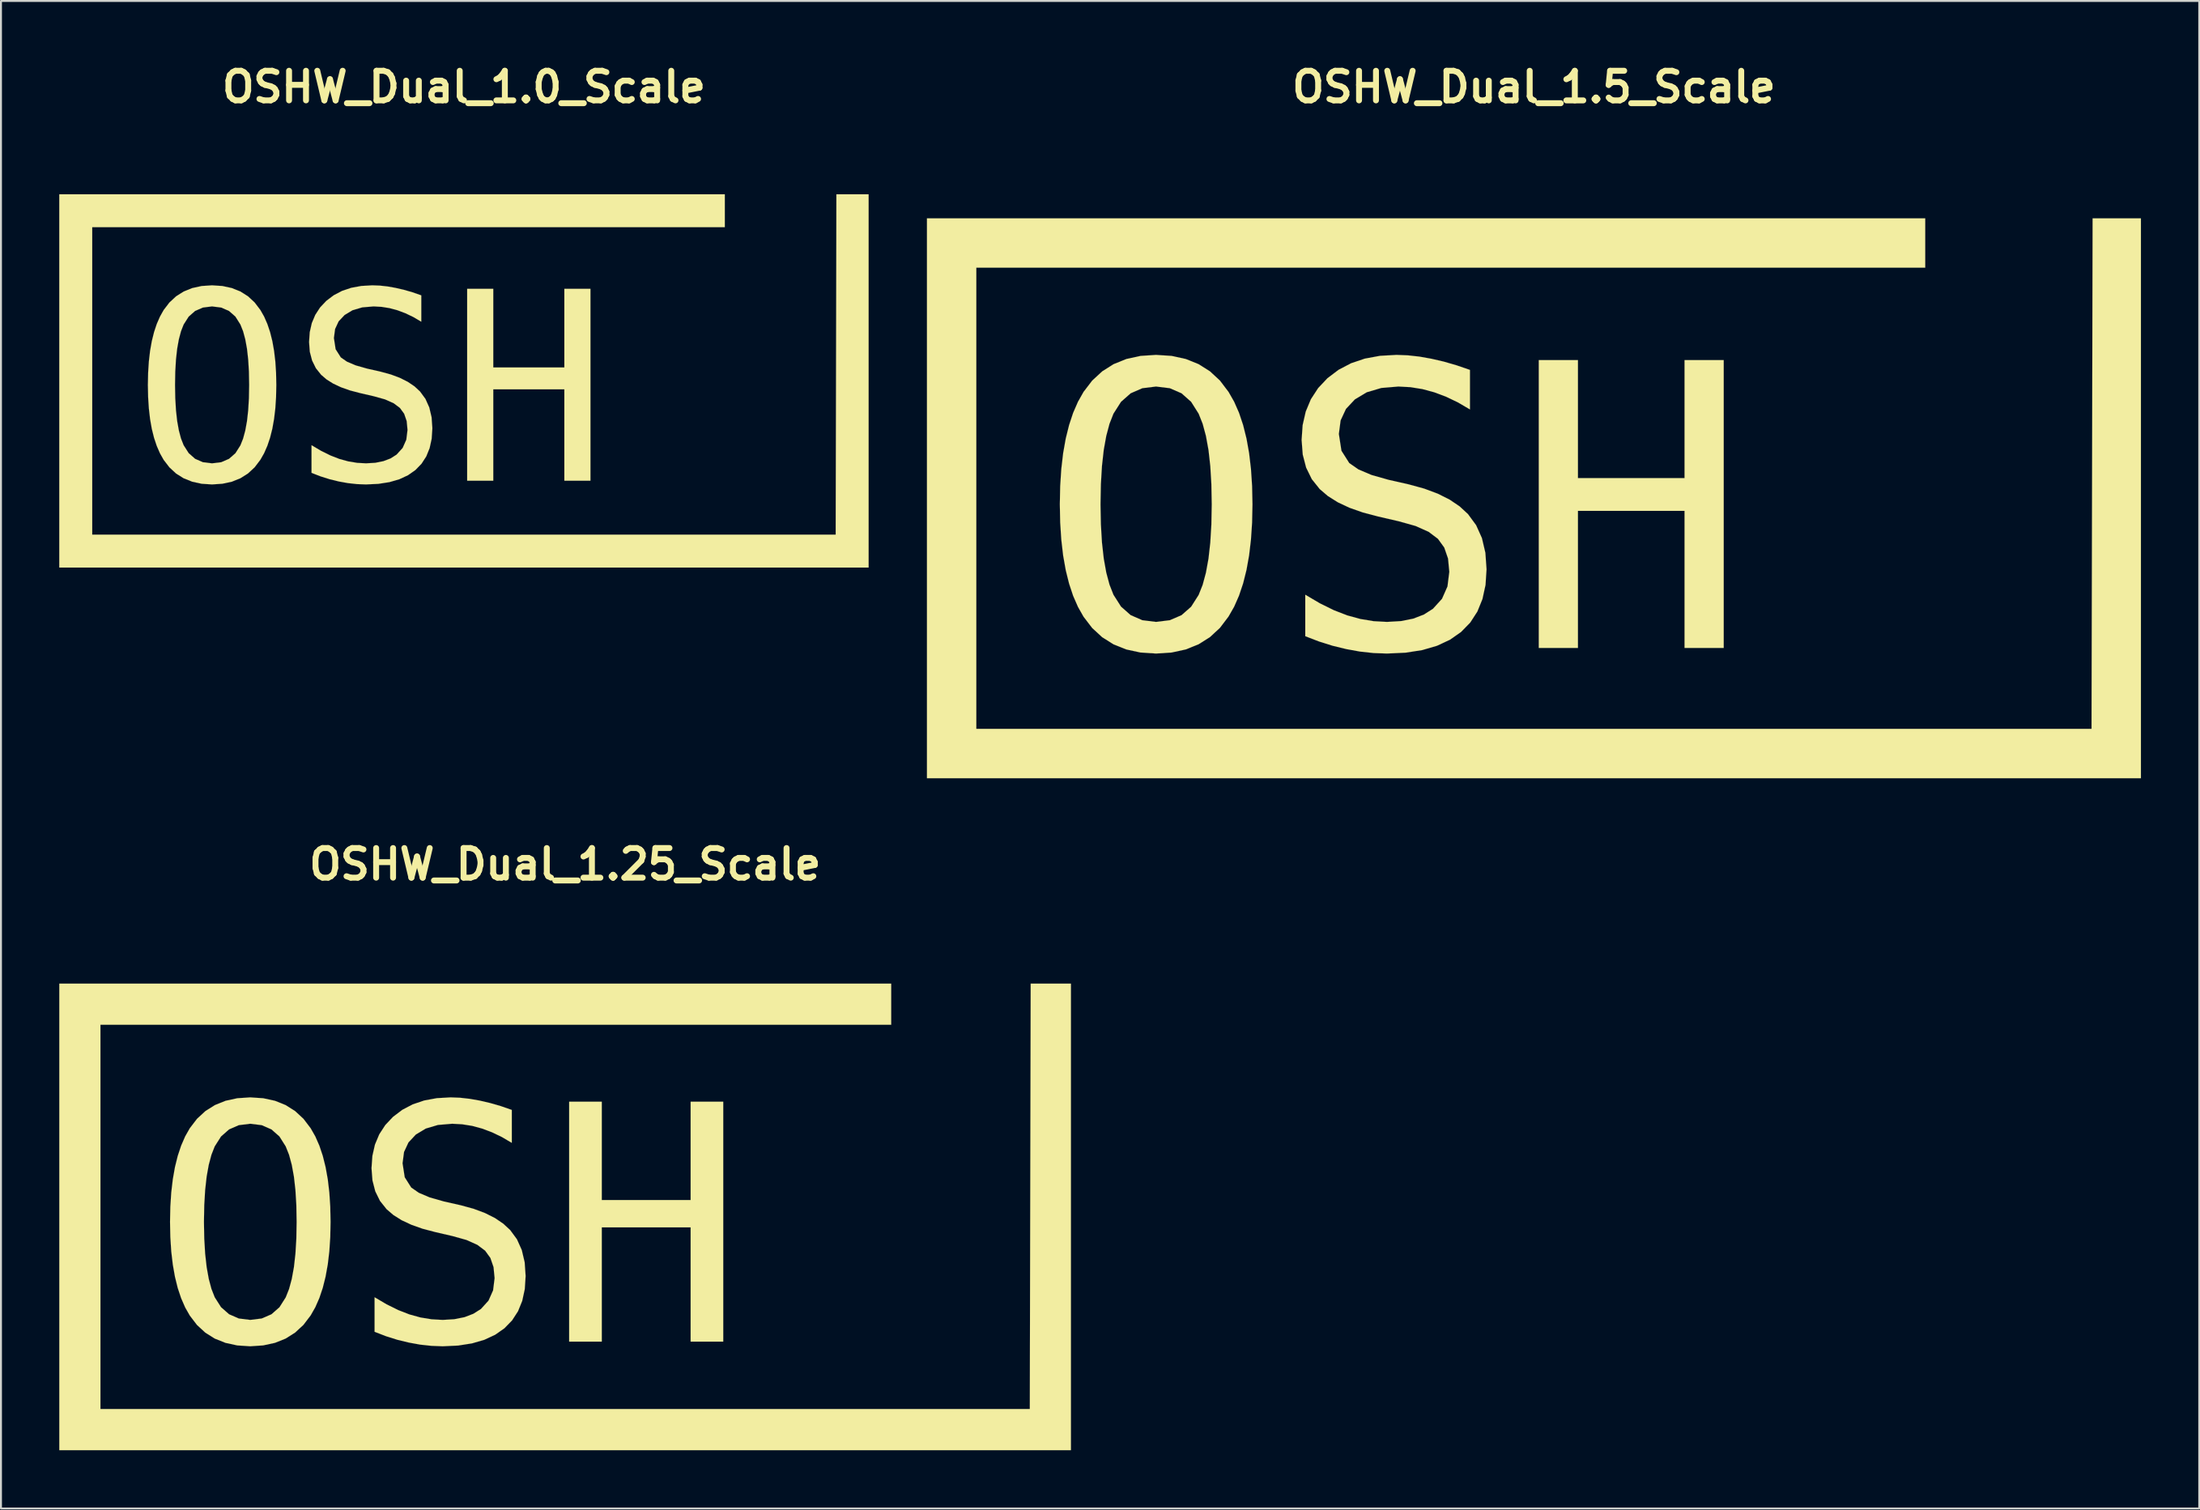
<source format=kicad_pcb>
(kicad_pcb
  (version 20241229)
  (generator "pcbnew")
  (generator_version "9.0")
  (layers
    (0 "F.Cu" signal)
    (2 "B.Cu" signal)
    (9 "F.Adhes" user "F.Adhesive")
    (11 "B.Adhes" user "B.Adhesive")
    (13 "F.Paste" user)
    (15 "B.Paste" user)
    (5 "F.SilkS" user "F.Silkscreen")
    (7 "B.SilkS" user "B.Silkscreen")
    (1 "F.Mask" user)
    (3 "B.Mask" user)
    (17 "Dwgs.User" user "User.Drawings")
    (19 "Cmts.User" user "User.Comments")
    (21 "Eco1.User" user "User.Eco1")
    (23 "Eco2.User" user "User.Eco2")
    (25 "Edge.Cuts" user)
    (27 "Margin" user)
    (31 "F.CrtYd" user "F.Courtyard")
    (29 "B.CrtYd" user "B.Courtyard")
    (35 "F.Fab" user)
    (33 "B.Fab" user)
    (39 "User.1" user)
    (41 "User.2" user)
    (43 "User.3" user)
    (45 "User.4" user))
  (footprint "OSHW_Dual_1.5_Scale"
    (layer "F.Cu")
    (at 75.883 20.737)
    (property "Reference" "OSHW_Dual_1.5_Scale" (at 0 -19.31 0) (layer "F.SilkS") (effects (font (size 1.524 1.524) (thickness 0.305))))
    (attr through_hole)
    (fp_poly (pts (xy 11.114 -5.256) (xy 13.069 -5.256) (xy 14.488 6.77) (xy 16.174 -1.188) (xy 18.268 -1.188) (xy 19.974 6.79) (xy 24.78 -16.262) (xy 26.735 -16.262) (xy 21.135 9.558) (xy 19.24 9.558) (xy 17.226 0.757) (xy 15.222 9.558) (xy 13.327 9.558) (xy 11.114 -5.256)) (stroke (width 0.003) (type solid)) (fill yes) (layer "F.Mask"))
    (fp_poly (pts (xy 0.25 -5.256) (xy 2.264 -5.256) (xy 2.264 0.817) (xy 7.751 0.817) (xy 7.751 -5.256) (xy 9.765 -5.256) (xy 9.765 9.558) (xy 7.751 9.558) (xy 7.751 2.503) (xy 2.264 2.503) (xy 2.264 9.558) (xy 0.25 9.558) (xy 0.25 -5.256)) (stroke (width 0.003) (type solid)) (fill yes) (layer "F.SilkS"))
    (fp_poly (pts (xy -31.234 -12.551) (xy -31.234 -11.281) (xy -31.234 14.992) (xy -31.234 16.262) (xy -29.964 16.262) (xy 29.964 16.262) (xy 31.234 16.262) (xy 31.234 14.992) (xy 31.234 -12.551) (xy 28.749 -12.551) (xy 28.694 13.722) (xy -28.694 13.722) (xy -28.694 -10.011) (xy 20.135 -10.011) (xy 20.135 -12.551) (xy -29.964 -12.551) (xy -31.234 -12.551)) (stroke (width 0.003) (type solid)) (fill yes) (layer "F.SilkS"))
    (fp_poly (pts (xy -3.292 -4.75) (xy -3.292 -2.716) (xy -3.902 -3.074) (xy -4.514 -3.368) (xy -5.128 -3.599) (xy -5.739 -3.764) (xy -6.354 -3.863) (xy -6.973 -3.896) (xy -7.853 -3.822) (xy -8.601 -3.601) (xy -9.216 -3.232) (xy -9.673 -2.743) (xy -9.948 -2.151) (xy -10.039 -1.456) (xy -9.905 -0.59) (xy -9.503 0.043) (xy -9.036 0.368) (xy -8.361 0.656) (xy -7.479 0.906) (xy -6.428 1.144) (xy -5.64 1.361) (xy -4.942 1.622) (xy -4.335 1.927) (xy -3.818 2.277) (xy -3.392 2.672) (xy -2.975 3.24) (xy -2.677 3.902) (xy -2.499 4.659) (xy -2.439 5.51) (xy -2.491 6.315) (xy -2.649 7.04) (xy -2.911 7.685) (xy -3.277 8.25) (xy -3.749 8.734) (xy -4.32 9.134) (xy -4.987 9.445) (xy -5.749 9.668) (xy -6.606 9.801) (xy -7.559 9.845) (xy -8.254 9.82) (xy -8.952 9.744) (xy -9.652 9.617) (xy -10.355 9.446) (xy -11.059 9.225) (xy -11.766 8.953) (xy -11.766 6.819) (xy -11.019 7.259) (xy -10.302 7.613) (xy -9.613 7.881) (xy -8.93 8.068) (xy -8.246 8.181) (xy -7.559 8.218) (xy -6.842 8.176) (xy -6.209 8.05) (xy -5.661 7.839) (xy -5.197 7.544) (xy -4.729 7.028) (xy -4.448 6.393) (xy -4.354 5.639) (xy -4.419 4.956) (xy -4.614 4.391) (xy -4.939 3.942) (xy -5.419 3.581) (xy -6.09 3.281) (xy -6.954 3.039) (xy -8.025 2.791) (xy -8.805 2.585) (xy -9.495 2.342) (xy -10.094 2.06) (xy -10.603 1.74) (xy -11.022 1.382) (xy -11.43 0.871) (xy -11.721 0.278) (xy -11.896 -0.394) (xy -11.954 -1.148) (xy -11.901 -1.91) (xy -11.741 -2.608) (xy -11.476 -3.243) (xy -11.103 -3.815) (xy -10.625 -4.323) (xy -10.054 -4.755) (xy -9.413 -5.091) (xy -8.703 -5.331) (xy -7.923 -5.475) (xy -7.073 -5.523) (xy -6.494 -5.501) (xy -5.895 -5.435) (xy -5.277 -5.325) (xy -4.637 -5.177) (xy -3.976 -4.985) (xy -3.292 -4.75)) (stroke (width 0.003) (type solid)) (fill yes) (layer "F.SilkS"))
    (fp_poly (pts (xy -16.578 2.166) (xy -14.484 2.166) (xy -14.503 3.103) (xy -14.561 3.978) (xy -14.657 4.792) (xy -14.792 5.544) (xy -14.965 6.235) (xy -15.176 6.865) (xy -15.426 7.434) (xy -15.715 7.94) (xy -16.157 8.523) (xy -16.671 8.999) (xy -17.257 9.369) (xy -17.915 9.634) (xy -18.644 9.793) (xy -19.445 9.845) (xy -20.246 9.793) (xy -20.975 9.635) (xy -21.633 9.372) (xy -22.219 9.003) (xy -22.733 8.529) (xy -23.176 7.95) (xy -23.462 7.445) (xy -23.71 6.878) (xy -23.919 6.249) (xy -24.091 5.557) (xy -24.225 4.803) (xy -24.32 3.986) (xy -24.377 3.107) (xy -24.396 2.166) (xy -24.377 1.227) (xy -24.32 0.35) (xy -24.225 -0.466) (xy -24.091 -1.22) (xy -23.919 -1.912) (xy -23.71 -2.543) (xy -23.462 -3.111) (xy -23.176 -3.618) (xy -22.73 -4.201) (xy -22.214 -4.677) (xy -21.628 -5.047) (xy -20.971 -5.312) (xy -20.243 -5.471) (xy -19.445 -5.523) (xy -18.644 -5.471) (xy -17.915 -5.312) (xy -17.257 -5.047) (xy -16.671 -4.677) (xy -16.157 -4.201) (xy -15.715 -3.618) (xy -15.426 -3.111) (xy -15.176 -2.543) (xy -14.965 -1.912) (xy -14.792 -1.22) (xy -14.657 -0.466) (xy -14.561 0.35) (xy -14.503 1.227) (xy -14.484 2.166) (xy -16.578 2.166) (xy -16.597 1.13) (xy -16.653 0.197) (xy -16.746 -0.632) (xy -16.878 -1.357) (xy -17.046 -1.979) (xy -17.252 -2.497) (xy -17.639 -3.109) (xy -18.133 -3.547) (xy -18.735 -3.809) (xy -19.445 -3.896) (xy -20.152 -3.809) (xy -20.752 -3.547) (xy -21.248 -3.109) (xy -21.638 -2.497) (xy -21.841 -1.979) (xy -22.007 -1.357) (xy -22.137 -0.632) (xy -22.229 0.197) (xy -22.284 1.13) (xy -22.303 2.166) (xy -22.284 3.199) (xy -22.229 4.129) (xy -22.137 4.956) (xy -22.007 5.681) (xy -21.841 6.301) (xy -21.638 6.819) (xy -21.248 7.431) (xy -20.752 7.869) (xy -20.152 8.131) (xy -19.445 8.218) (xy -18.735 8.131) (xy -18.133 7.871) (xy -17.639 7.437) (xy -17.252 6.829) (xy -17.046 6.311) (xy -16.878 5.689) (xy -16.746 4.964) (xy -16.653 4.135) (xy -16.597 3.202) (xy -16.578 2.166)) (stroke (width 0.003) (type solid)) (fill yes) (layer "F.SilkS")))
  (footprint "OSHW_Dual_1.25_Scale"
    (layer "F.Cu")
    (at 26.03 58.027)
    (property "Reference" "OSHW_Dual_1.25_Scale" (at 0 -16.6 0) (layer "F.SilkS") (effects (font (size 1.524 1.524) (thickness 0.305))))
    (attr through_hole)
    (fp_poly (pts (xy 9.262 -4.38) (xy 10.891 -4.38) (xy 12.073 5.641) (xy 13.479 -0.99) (xy 15.223 -0.99) (xy 16.645 5.658) (xy 20.65 -13.552) (xy 22.279 -13.552) (xy 17.613 7.965) (xy 16.034 7.965) (xy 14.355 0.631) (xy 12.685 7.965) (xy 11.106 7.965) (xy 9.262 -4.38)) (stroke (width 0.003) (type solid)) (fill yes) (layer "F.Mask"))
    (fp_poly (pts (xy 0.208 -4.38) (xy 1.887 -4.38) (xy 1.887 0.68) (xy 6.459 0.68) (xy 6.459 -4.38) (xy 8.137 -4.38) (xy 8.137 7.965) (xy 6.459 7.965) (xy 6.459 2.086) (xy 1.887 2.086) (xy 1.887 7.965) (xy 0.208 7.965) (xy 0.208 -4.38)) (stroke (width 0.003) (type solid)) (fill yes) (layer "F.SilkS"))
    (fp_poly (pts (xy -26.028 -10.459) (xy -26.028 -9.401) (xy -26.028 12.494) (xy -26.028 13.552) (xy -24.97 13.552) (xy 24.97 13.552) (xy 26.028 13.552) (xy 26.028 12.494) (xy 26.028 -10.459) (xy 23.957 -10.459) (xy 23.912 11.435) (xy -23.912 11.435) (xy -23.912 -8.342) (xy 16.779 -8.342) (xy 16.779 -10.459) (xy -24.97 -10.459) (xy -26.028 -10.459)) (stroke (width 0.003) (type solid)) (fill yes) (layer "F.SilkS"))
    (fp_poly (pts (xy -2.744 -3.958) (xy -2.744 -2.263) (xy -3.252 -2.562) (xy -3.762 -2.807) (xy -4.273 -2.999) (xy -4.782 -3.137) (xy -5.295 -3.219) (xy -5.811 -3.247) (xy -6.544 -3.185) (xy -7.167 -3.001) (xy -7.68 -2.693) (xy -8.061 -2.286) (xy -8.29 -1.793) (xy -8.366 -1.213) (xy -8.254 -0.492) (xy -7.92 0.036) (xy -7.53 0.307) (xy -6.968 0.546) (xy -6.233 0.755) (xy -5.356 0.953) (xy -4.7 1.134) (xy -4.118 1.352) (xy -3.612 1.606) (xy -3.182 1.898) (xy -2.826 2.227) (xy -2.479 2.7) (xy -2.231 3.252) (xy -2.082 3.882) (xy -2.033 4.591) (xy -2.076 5.262) (xy -2.207 5.867) (xy -2.425 6.404) (xy -2.731 6.875) (xy -3.124 7.279) (xy -3.6 7.612) (xy -4.156 7.871) (xy -4.791 8.056) (xy -5.505 8.168) (xy -6.299 8.205) (xy -6.879 8.183) (xy -7.46 8.12) (xy -8.044 8.014) (xy -8.629 7.872) (xy -9.216 7.687) (xy -9.805 7.46) (xy -9.805 5.683) (xy -9.183 6.049) (xy -8.585 6.344) (xy -8.011 6.567) (xy -7.442 6.724) (xy -6.871 6.817) (xy -6.299 6.849) (xy -5.702 6.813) (xy -5.175 6.708) (xy -4.718 6.532) (xy -4.331 6.286) (xy -3.941 5.856) (xy -3.706 5.327) (xy -3.628 4.699) (xy -3.683 4.13) (xy -3.845 3.659) (xy -4.116 3.285) (xy -4.516 2.985) (xy -5.075 2.734) (xy -5.795 2.533) (xy -6.688 2.326) (xy -7.338 2.155) (xy -7.913 1.951) (xy -8.412 1.717) (xy -8.836 1.45) (xy -9.185 1.152) (xy -9.525 0.725) (xy -9.768 0.232) (xy -9.913 -0.329) (xy -9.962 -0.957) (xy -9.917 -1.592) (xy -9.785 -2.174) (xy -9.563 -2.703) (xy -9.253 -3.179) (xy -8.854 -3.602) (xy -8.378 -3.963) (xy -7.844 -4.243) (xy -7.252 -4.443) (xy -6.602 -4.563) (xy -5.894 -4.603) (xy -5.412 -4.585) (xy -4.913 -4.529) (xy -4.397 -4.438) (xy -3.864 -4.314) (xy -3.313 -4.155) (xy -2.744 -3.958)) (stroke (width 0.003) (type solid)) (fill yes) (layer "F.SilkS"))
    (fp_poly (pts (xy -13.815 1.805) (xy -12.07 1.805) (xy -12.086 2.586) (xy -12.134 3.315) (xy -12.214 3.993) (xy -12.327 4.62) (xy -12.471 5.196) (xy -12.647 5.721) (xy -12.855 6.195) (xy -13.095 6.617) (xy -13.464 7.102) (xy -13.893 7.499) (xy -14.381 7.808) (xy -14.929 8.028) (xy -15.537 8.16) (xy -16.204 8.205) (xy -16.872 8.161) (xy -17.479 8.029) (xy -18.027 7.81) (xy -18.516 7.503) (xy -18.944 7.108) (xy -19.313 6.625) (xy -19.552 6.205) (xy -19.758 5.732) (xy -19.933 5.207) (xy -20.076 4.631) (xy -20.187 4.002) (xy -20.267 3.322) (xy -20.314 2.589) (xy -20.33 1.805) (xy -20.314 1.022) (xy -20.267 0.291) (xy -20.187 -0.388) (xy -20.076 -1.017) (xy -19.933 -1.593) (xy -19.758 -2.119) (xy -19.552 -2.593) (xy -19.313 -3.015) (xy -18.942 -3.5) (xy -18.512 -3.897) (xy -18.023 -4.206) (xy -17.476 -4.427) (xy -16.869 -4.559) (xy -16.204 -4.603) (xy -15.537 -4.559) (xy -14.929 -4.427) (xy -14.381 -4.206) (xy -13.893 -3.897) (xy -13.464 -3.5) (xy -13.095 -3.015) (xy -12.855 -2.593) (xy -12.647 -2.119) (xy -12.471 -1.593) (xy -12.327 -1.017) (xy -12.214 -0.388) (xy -12.134 0.291) (xy -12.086 1.022) (xy -12.07 1.805) (xy -13.815 1.805) (xy -13.83 0.941) (xy -13.877 0.164) (xy -13.955 -0.527) (xy -14.065 -1.131) (xy -14.205 -1.649) (xy -14.377 -2.081) (xy -14.699 -2.591) (xy -15.111 -2.955) (xy -15.613 -3.174) (xy -16.204 -3.247) (xy -16.793 -3.174) (xy -17.294 -2.955) (xy -17.707 -2.591) (xy -18.032 -2.081) (xy -18.201 -1.649) (xy -18.339 -1.131) (xy -18.447 -0.527) (xy -18.524 0.164) (xy -18.57 0.941) (xy -18.586 1.805) (xy -18.57 2.666) (xy -18.524 3.441) (xy -18.447 4.13) (xy -18.339 4.734) (xy -18.201 5.251) (xy -18.032 5.683) (xy -17.707 6.193) (xy -17.294 6.557) (xy -16.793 6.776) (xy -16.204 6.849) (xy -15.613 6.776) (xy -15.111 6.559) (xy -14.699 6.197) (xy -14.377 5.691) (xy -14.205 5.259) (xy -14.065 4.741) (xy -13.955 4.137) (xy -13.877 3.446) (xy -13.83 2.669) (xy -13.815 1.805)) (stroke (width 0.003) (type solid)) (fill yes) (layer "F.SilkS")))
  (footprint "OSHW_Dual_1.0_Scale"
    (layer "F.Cu")
    (at 20.824 15.316)
    (property "Reference" "OSHW_Dual_1.0_Scale" (at 0 -13.89 0) (layer "F.SilkS") (effects (font (size 1.524 1.524) (thickness 0.305))))
    (attr through_hole)
    (fp_poly (pts (xy 7.409 -3.504) (xy 8.713 -3.504) (xy 9.658 4.513) (xy 10.783 -0.792) (xy 12.179 -0.792) (xy 13.316 4.526) (xy 16.52 -10.842) (xy 17.823 -10.842) (xy 14.09 6.372) (xy 12.827 6.372) (xy 11.484 0.505) (xy 10.148 6.372) (xy 8.885 6.372) (xy 7.409 -3.504)) (stroke (width 0.003) (type solid)) (fill yes) (layer "F.Mask"))
    (fp_poly (pts (xy 0.166 -3.504) (xy 1.509 -3.504) (xy 1.509 0.544) (xy 5.167 0.544) (xy 5.167 -3.504) (xy 6.51 -3.504) (xy 6.51 6.372) (xy 5.167 6.372) (xy 5.167 1.669) (xy 1.509 1.669) (xy 1.509 6.372) (xy 0.166 6.372) (xy 0.166 -3.504)) (stroke (width 0.003) (type solid)) (fill yes) (layer "F.SilkS"))
    (fp_poly (pts (xy -20.823 -8.367) (xy -20.823 -7.521) (xy -20.823 9.995) (xy -20.823 10.842) (xy -19.976 10.842) (xy 19.976 10.842) (xy 20.823 10.842) (xy 20.823 9.995) (xy 20.823 -8.367) (xy 19.166 -8.367) (xy 19.129 9.148) (xy -19.129 9.148) (xy -19.129 -6.674) (xy 13.423 -6.674) (xy 13.423 -8.367) (xy -19.976 -8.367) (xy -20.823 -8.367)) (stroke (width 0.003) (type solid)) (fill yes) (layer "F.SilkS"))
    (fp_poly (pts (xy -2.195 -3.166) (xy -2.195 -1.81) (xy -2.601 -2.049) (xy -3.009 -2.245) (xy -3.419 -2.399) (xy -3.826 -2.509) (xy -4.236 -2.575) (xy -4.649 -2.598) (xy -5.235 -2.548) (xy -5.734 -2.401) (xy -6.144 -2.154) (xy -6.449 -1.829) (xy -6.632 -1.434) (xy -6.693 -0.97) (xy -6.604 -0.393) (xy -6.336 0.028) (xy -6.024 0.245) (xy -5.574 0.437) (xy -4.986 0.604) (xy -4.285 0.763) (xy -3.76 0.907) (xy -3.295 1.081) (xy -2.89 1.285) (xy -2.545 1.518) (xy -2.261 1.781) (xy -1.983 2.16) (xy -1.785 2.602) (xy -1.666 3.106) (xy -1.626 3.673) (xy -1.661 4.21) (xy -1.766 4.693) (xy -1.94 5.123) (xy -2.185 5.5) (xy -2.499 5.823) (xy -2.88 6.09) (xy -3.325 6.297) (xy -3.833 6.445) (xy -4.404 6.534) (xy -5.039 6.564) (xy -5.503 6.547) (xy -5.968 6.496) (xy -6.435 6.412) (xy -6.903 6.298) (xy -7.373 6.15) (xy -7.844 5.968) (xy -7.844 4.546) (xy -7.346 4.839) (xy -6.868 5.075) (xy -6.408 5.254) (xy -5.953 5.379) (xy -5.497 5.454) (xy -5.039 5.479) (xy -4.561 5.451) (xy -4.14 5.366) (xy -3.774 5.226) (xy -3.465 5.029) (xy -3.153 4.685) (xy -2.965 4.262) (xy -2.903 3.759) (xy -2.946 3.304) (xy -3.076 2.927) (xy -3.293 2.628) (xy -3.613 2.388) (xy -4.06 2.187) (xy -4.636 2.026) (xy -5.35 1.861) (xy -5.87 1.724) (xy -6.33 1.561) (xy -6.73 1.373) (xy -7.069 1.16) (xy -7.348 0.921) (xy -7.62 0.58) (xy -7.814 0.186) (xy -7.931 -0.263) (xy -7.969 -0.765) (xy -7.934 -1.273) (xy -7.828 -1.739) (xy -7.65 -2.162) (xy -7.402 -2.543) (xy -7.083 -2.882) (xy -6.703 -3.17) (xy -6.276 -3.394) (xy -5.802 -3.554) (xy -5.282 -3.65) (xy -4.715 -3.682) (xy -4.329 -3.668) (xy -3.93 -3.624) (xy -3.518 -3.55) (xy -3.092 -3.452) (xy -2.651 -3.324) (xy -2.195 -3.166)) (stroke (width 0.003) (type solid)) (fill yes) (layer "F.SilkS"))
    (fp_poly (pts (xy -11.052 1.444) (xy -9.656 1.444) (xy -9.669 2.068) (xy -9.707 2.652) (xy -9.772 3.195) (xy -9.861 3.696) (xy -9.977 4.157) (xy -10.118 4.577) (xy -10.284 4.956) (xy -10.476 5.294) (xy -10.771 5.682) (xy -11.114 5.999) (xy -11.505 6.246) (xy -11.943 6.423) (xy -12.43 6.528) (xy -12.963 6.564) (xy -13.497 6.529) (xy -13.984 6.423) (xy -14.422 6.248) (xy -14.813 6.002) (xy -15.155 5.686) (xy -15.451 5.3) (xy -15.641 4.964) (xy -15.806 4.585) (xy -15.946 4.166) (xy -16.061 3.705) (xy -16.15 3.202) (xy -16.213 2.657) (xy -16.251 2.071) (xy -16.264 1.444) (xy -16.251 0.818) (xy -16.213 0.233) (xy -16.15 -0.311) (xy -16.061 -0.813) (xy -15.946 -1.275) (xy -15.806 -1.695) (xy -15.641 -2.074) (xy -15.451 -2.412) (xy -15.154 -2.8) (xy -14.81 -3.118) (xy -14.419 -3.365) (xy -13.981 -3.541) (xy -13.496 -3.647) (xy -12.963 -3.682) (xy -12.43 -3.647) (xy -11.943 -3.541) (xy -11.505 -3.365) (xy -11.114 -3.118) (xy -10.771 -2.8) (xy -10.476 -2.412) (xy -10.284 -2.074) (xy -10.118 -1.695) (xy -9.977 -1.275) (xy -9.861 -0.813) (xy -9.772 -0.311) (xy -9.707 0.233) (xy -9.669 0.818) (xy -9.656 1.444) (xy -11.052 1.444) (xy -11.064 0.753) (xy -11.102 0.131) (xy -11.164 -0.421) (xy -11.252 -0.905) (xy -11.364 -1.319) (xy -11.502 -1.665) (xy -11.759 -2.073) (xy -12.089 -2.364) (xy -12.49 -2.539) (xy -12.963 -2.598) (xy -13.434 -2.539) (xy -13.835 -2.364) (xy -14.165 -2.073) (xy -14.425 -1.665) (xy -14.561 -1.319) (xy -14.671 -0.905) (xy -14.758 -0.421) (xy -14.819 0.131) (xy -14.856 0.753) (xy -14.868 1.444) (xy -14.856 2.133) (xy -14.819 2.753) (xy -14.758 3.304) (xy -14.671 3.787) (xy -14.561 4.201) (xy -14.425 4.546) (xy -14.165 4.954) (xy -13.835 5.246) (xy -13.434 5.421) (xy -12.963 5.479) (xy -12.49 5.421) (xy -12.089 5.247) (xy -11.759 4.958) (xy -11.502 4.553) (xy -11.364 4.207) (xy -11.252 3.793) (xy -11.164 3.309) (xy -11.102 2.757) (xy -11.064 2.135) (xy -11.052 1.444)) (stroke (width 0.003) (type solid)) (fill yes) (layer "F.SilkS")))
  (gr_rect
    (start -3 -3)
    (end 110.119 74.58)
    (stroke (width 0.1) (type default))
    (fill no)
    (layer "Edge.Cuts")))
</source>
